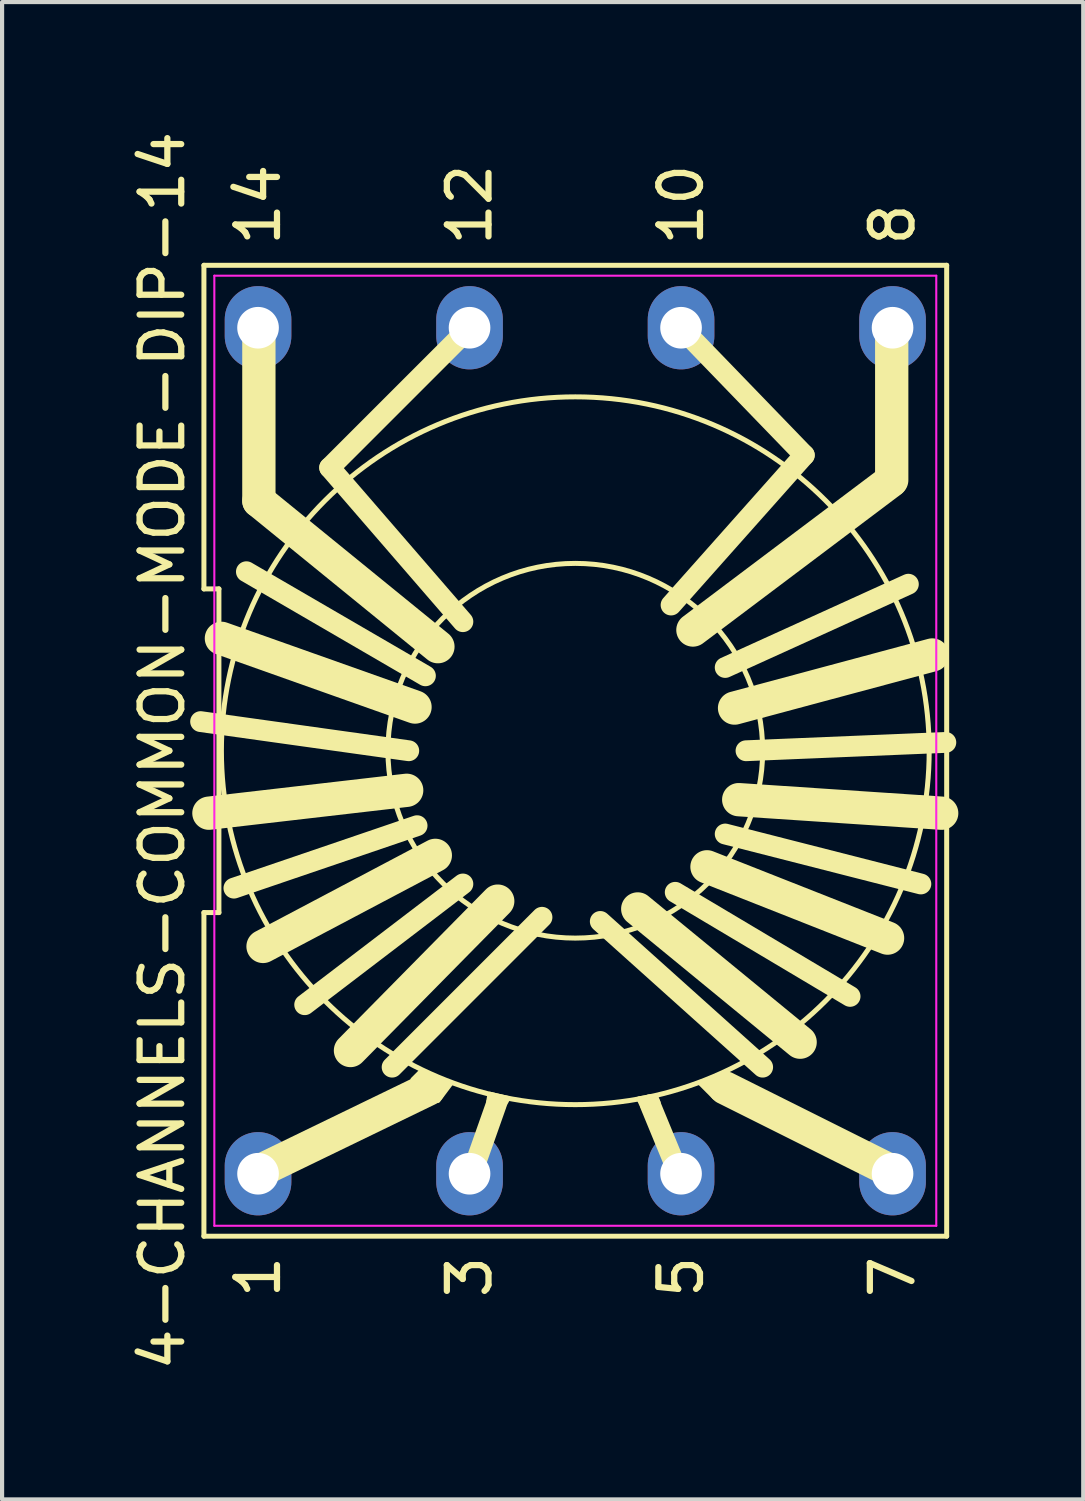
<source format=kicad_pcb>
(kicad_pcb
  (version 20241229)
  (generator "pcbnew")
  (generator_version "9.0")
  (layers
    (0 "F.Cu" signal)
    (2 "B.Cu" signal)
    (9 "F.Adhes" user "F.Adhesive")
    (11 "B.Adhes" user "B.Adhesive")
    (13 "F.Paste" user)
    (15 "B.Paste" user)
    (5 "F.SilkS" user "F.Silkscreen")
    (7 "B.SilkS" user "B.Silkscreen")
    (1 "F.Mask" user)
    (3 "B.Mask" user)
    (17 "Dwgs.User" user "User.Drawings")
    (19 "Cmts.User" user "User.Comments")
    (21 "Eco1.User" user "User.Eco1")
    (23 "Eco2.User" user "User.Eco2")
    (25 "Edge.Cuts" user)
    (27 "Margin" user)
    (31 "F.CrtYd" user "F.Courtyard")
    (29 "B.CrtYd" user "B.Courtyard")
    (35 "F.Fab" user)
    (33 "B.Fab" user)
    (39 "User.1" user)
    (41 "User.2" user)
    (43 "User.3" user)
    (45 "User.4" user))
  (footprint "4-CHANNELS-COMMON-MODE-DIP-14"
    (layer "F.Cu")
    (at 10.768 14.982)
    (property "Reference" "4-CHANNELS-COMMON-MODE-DIP-14" (at -9.92 0 90) (layer "F.SilkS") (effects (font (size 1 1) (thickness 0.15))))
    (fp_line (start -8.92 -11.66) (end -8.92 -3.887) (stroke (width 0.12) (type solid)) (layer "F.SilkS"))
    (fp_line (start -8.92 -3.887) (end -8.56 -3.887) (stroke (width 0.12) (type solid)) (layer "F.SilkS"))
    (fp_line (start -8.92 3.887) (end -8.92 11.66) (stroke (width 0.12) (type solid)) (layer "F.SilkS"))
    (fp_line (start -8.92 11.66) (end 8.92 11.66) (stroke (width 0.12) (type solid)) (layer "F.SilkS"))
    (fp_line (start -8.8 1.5) (end -4.05 0.95) (stroke (width 0.8) (type solid)) (layer "F.SilkS"))
    (fp_line (start -8.56 -3.887) (end -8.56 3.887) (stroke (width 0.12) (type solid)) (layer "F.SilkS"))
    (fp_line (start -8.56 3.887) (end -8.92 3.887) (stroke (width 0.12) (type solid)) (layer "F.SilkS"))
    (fp_line (start -8.5 -2.7) (end -3.85 -1.05) (stroke (width 0.8) (type solid)) (layer "F.SilkS"))
    (fp_line (start -7.6 -10.1) (end -7.6 -6) (stroke (width 0.8) (type solid)) (layer "F.SilkS"))
    (fp_line (start -7.6 -6) (end -3.3 -2.5) (stroke (width 0.8) (type solid)) (layer "F.SilkS"))
    (fp_line (start -7.6 10.1) (end -3.525 8.125) (stroke (width 0.8) (type solid)) (layer "F.SilkS"))
    (fp_line (start -7.5 4.7) (end -3.362 2.513) (stroke (width 0.8) (type solid)) (layer "F.SilkS"))
    (fp_line (start -5.4 7.2) (end -1.863 3.612) (stroke (width 0.8) (type solid)) (layer "F.SilkS"))
    (fp_line (start -4 0) (end -9 -0.7) (stroke (width 0.5) (type solid)) (layer "F.SilkS"))
    (fp_line (start -3.8 1.8) (end -8.2 3.3) (stroke (width 0.5) (type solid)) (layer "F.SilkS"))
    (fp_line (start -3.6 -1.8) (end -7.9 -4.3) (stroke (width 0.5) (type solid)) (layer "F.SilkS"))
    (fp_line (start -2.7 -3.1) (end -5.9 -6.8) (stroke (width 0.5) (type solid)) (layer "F.SilkS"))
    (fp_line (start -2.7 3.2) (end -6.5 6.1) (stroke (width 0.5) (type solid)) (layer "F.SilkS"))
    (fp_line (start -2.6 -10.1) (end -5.9 -6.8) (stroke (width 0.5) (type solid)) (layer "F.SilkS"))
    (fp_line (start -2.5 10.2) (end -1.9 8.5) (stroke (width 0.5) (type solid)) (layer "F.SilkS"))
    (fp_line (start -0.8 4) (end -4.4 7.6) (stroke (width 0.5) (type solid)) (layer "F.SilkS"))
    (fp_line (start 0.6 4.1) (end 4.5 7.6) (stroke (width 0.5) (type solid)) (layer "F.SilkS"))
    (fp_line (start 1.5 3.8) (end 5.4 7) (stroke (width 0.8) (type solid)) (layer "F.SilkS"))
    (fp_line (start 1.8 8.5) (end 2.5 10.2) (stroke (width 0.5) (type solid)) (layer "F.SilkS"))
    (fp_line (start 2.825 -2.9) (end 7.575 -6.475) (stroke (width 0.8) (type solid)) (layer "F.SilkS"))
    (fp_line (start 3.163 2.788) (end 7.5 4.5) (stroke (width 0.8) (type solid)) (layer "F.SilkS"))
    (fp_line (start 3.6 8.1) (end 7.6 10.1) (stroke (width 0.8) (type solid)) (layer "F.SilkS"))
    (fp_line (start 3.825 -1.025) (end 8.575 -2.3) (stroke (width 0.8) (type solid)) (layer "F.SilkS"))
    (fp_line (start 3.925 1.175) (end 8.8 1.5) (stroke (width 0.8) (type solid)) (layer "F.SilkS"))
    (fp_line (start 5.5 -7.1) (end 2.3 -3.5) (stroke (width 0.5) (type solid)) (layer "F.SilkS"))
    (fp_line (start 5.5 -7.1) (end 2.6 -10.1) (stroke (width 0.5) (type solid)) (layer "F.SilkS"))
    (fp_line (start 6.6 5.9) (end 2.4 3.4) (stroke (width 0.5) (type solid)) (layer "F.SilkS"))
    (fp_line (start 7.6 -6.5) (end 7.6 -10.1) (stroke (width 0.8) (type solid)) (layer "F.SilkS"))
    (fp_line (start 8 -4) (end 3.6 -2) (stroke (width 0.5) (type solid)) (layer "F.SilkS"))
    (fp_line (start 8.3 3.2) (end 3.6 2) (stroke (width 0.5) (type solid)) (layer "F.SilkS"))
    (fp_line (start 8.9 -0.2) (end 4.1 0) (stroke (width 0.5) (type solid)) (layer "F.SilkS"))
    (fp_line (start 8.92 -11.66) (end -8.92 -11.66) (stroke (width 0.12) (type solid)) (layer "F.SilkS"))
    (fp_line (start 8.92 11.66) (end 8.92 -11.66) (stroke (width 0.12) (type solid)) (layer "F.SilkS"))
    (fp_circle (center 0 0) (end 4.5 0) (stroke (width 0.12) (type solid)) (fill no) (layer "F.SilkS"))
    (fp_circle (center 0 0) (end 8.5 0) (stroke (width 0.12) (type solid)) (fill no) (layer "F.SilkS"))
    (fp_poly (pts (xy 3.34 8.32) (xy 3.01 7.99) (xy 3.63 7.71)) (stroke (width 0.12) (type solid)) (fill yes) (layer "F.SilkS"))
    (fp_poly (pts (xy -1.62 8.35) (xy -1.73 8.55) (xy -2.08 8.42) (xy -2.05 8.25)) (stroke (width 0.12) (type solid)) (fill yes) (layer "F.SilkS"))
    (fp_poly (pts (xy 1.99 8.45) (xy 1.61 8.53) (xy 1.53 8.36) (xy 1.93 8.3)) (stroke (width 0.12) (type solid)) (fill yes) (layer "F.SilkS"))
    (fp_poly (pts (xy -3.2 7.9) (xy -3 8) (xy -3.3 8.4) (xy -3.9 7.9) (xy -3.7 7.7)) (stroke (width 0.12) (type solid)) (fill yes) (layer "F.SilkS"))
    (fp_line (start -8.67 -11.41) (end 8.67 -11.41) (stroke (width 0.05) (type solid)) (layer "F.CrtYd"))
    (fp_line (start -8.67 11.41) (end -8.67 -11.41) (stroke (width 0.05) (type solid)) (layer "F.CrtYd"))
    (fp_line (start 8.67 -11.41) (end 8.67 11.41) (stroke (width 0.05) (type solid)) (layer "F.CrtYd"))
    (fp_line (start 8.67 11.41) (end -8.67 11.41) (stroke (width 0.05) (type solid)) (layer "F.CrtYd"))
    (fp_text user "1" (at -7.62 12.065 90) (unlocked yes) (layer "F.SilkS") (effects (font (size 1 1) (thickness 0.15)) (justify right)))
    (fp_text user "7" (at 7.62 12.065 90) (unlocked yes) (layer "F.SilkS") (effects (font (size 1 1) (thickness 0.15)) (justify right)))
    (fp_text user "14" (at -7.62 -12.065 90) (unlocked yes) (layer "F.SilkS") (effects (font (size 1 1) (thickness 0.15)) (justify left)))
    (fp_text user "8" (at 7.62 -12.065 90) (unlocked yes) (layer "F.SilkS") (effects (font (size 1 1) (thickness 0.15)) (justify left)))
    (fp_text user "10" (at 2.54 -12.065 90) (unlocked yes) (layer "F.SilkS") (effects (font (size 1 1) (thickness 0.15)) (justify left)))
    (fp_text user "12" (at -2.54 -12.065 90) (unlocked yes) (layer "F.SilkS") (effects (font (size 1 1) (thickness 0.15)) (justify left)))
    (fp_text user "5" (at 2.54 12.065 90) (unlocked yes) (layer "F.SilkS") (effects (font (size 1 1) (thickness 0.15)) (justify right)))
    (fp_text user "3" (at -2.54 12.065 90) (unlocked yes) (layer "F.SilkS") (effects (font (size 1 1) (thickness 0.15)) (justify right)))
    (pad "1" thru_hole oval (at -7.62 10.16) (size 1.6 2) (drill 1) (layers "*.Cu" "*.Mask"))
    (pad "3" thru_hole oval (at -2.54 10.16) (size 1.6 2) (drill 1) (layers "*.Cu" "*.Mask"))
    (pad "5" thru_hole oval (at 2.54 10.16) (size 1.6 2) (drill 1) (layers "*.Cu" "*.Mask"))
    (pad "7" thru_hole oval (at 7.62 10.16) (size 1.6 2) (drill 1) (layers "*.Cu" "*.Mask"))
    (pad "8" thru_hole oval (at 7.62 -10.16) (size 1.6 2) (drill 1) (layers "*.Cu" "*.Mask"))
    (pad "10" thru_hole oval (at 2.54 -10.16) (size 1.6 2) (drill 1) (layers "*.Cu" "*.Mask"))
    (pad "12" thru_hole oval (at -2.54 -10.16) (size 1.6 2) (drill 1) (layers "*.Cu" "*.Mask"))
    (pad "14" thru_hole oval (at -7.62 -10.16) (size 1.6 2) (drill 1) (layers "*.Cu" "*.Mask")))
  (gr_rect
    (start -3 -3)
    (end 22.968 32.964)
    (stroke (width 0.1) (type default))
    (fill no)
    (layer "Edge.Cuts")))
</source>
